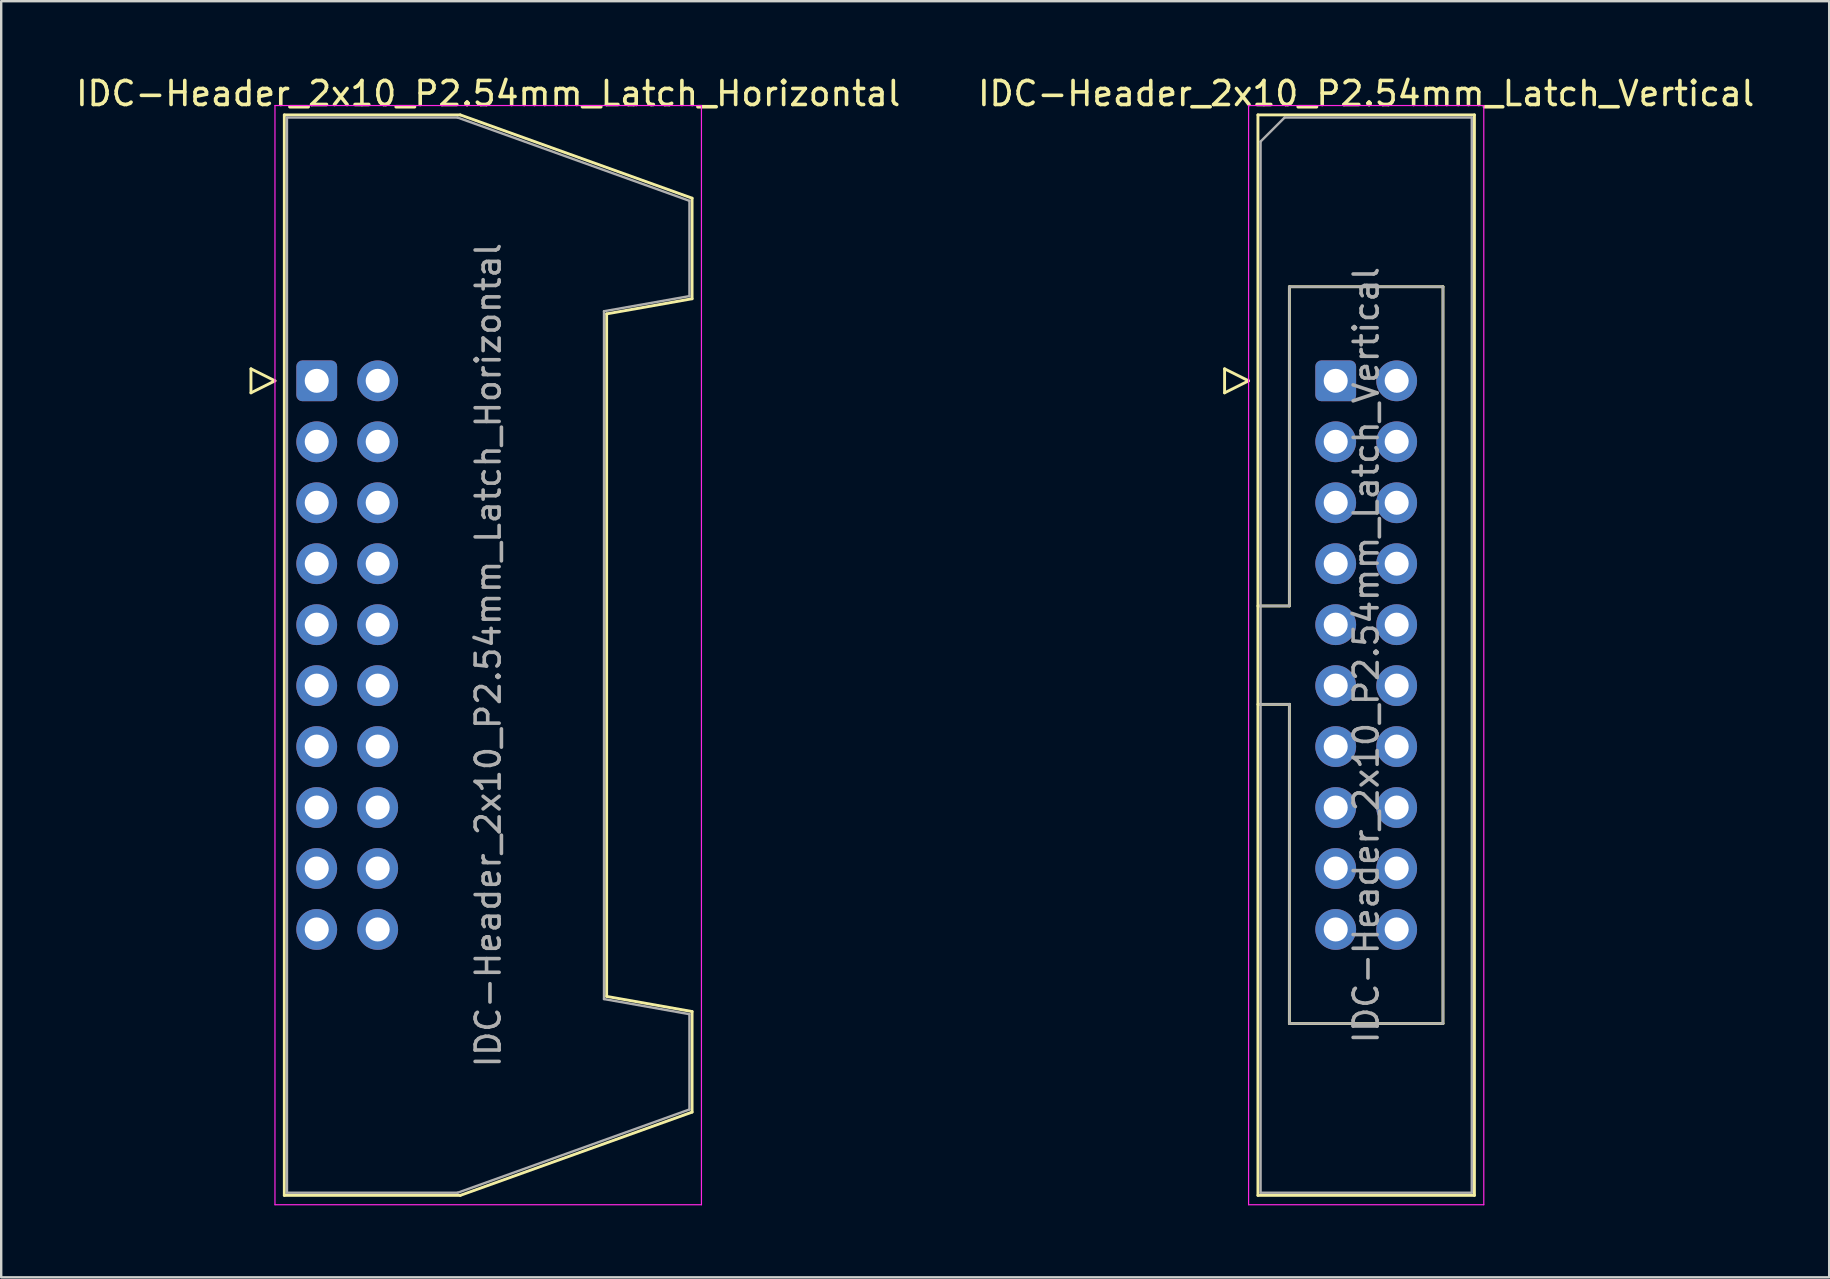
<source format=kicad_pcb>
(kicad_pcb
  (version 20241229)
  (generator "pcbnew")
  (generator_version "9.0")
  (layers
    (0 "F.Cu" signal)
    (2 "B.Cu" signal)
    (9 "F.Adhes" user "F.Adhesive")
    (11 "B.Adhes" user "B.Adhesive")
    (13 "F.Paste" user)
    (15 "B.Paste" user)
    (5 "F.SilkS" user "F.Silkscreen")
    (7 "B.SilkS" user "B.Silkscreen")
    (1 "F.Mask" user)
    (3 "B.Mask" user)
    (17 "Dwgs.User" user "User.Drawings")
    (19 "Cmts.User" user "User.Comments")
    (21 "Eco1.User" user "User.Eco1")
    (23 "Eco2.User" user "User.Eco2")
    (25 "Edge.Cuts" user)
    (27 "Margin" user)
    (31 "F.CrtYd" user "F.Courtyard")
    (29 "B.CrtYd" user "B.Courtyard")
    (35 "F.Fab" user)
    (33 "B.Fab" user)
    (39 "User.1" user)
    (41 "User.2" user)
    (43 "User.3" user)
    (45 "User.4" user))
  (footprint "IDC-Header_2x10_P2.54mm_Latch_Vertical"
    (layer "F.Cu")
    (at 52.605 12.818)
    (property "Reference" "IDC-Header_2x10_P2.54mm_Latch_Vertical" (at 1.27 -11.97 0) (layer "F.SilkS") (effects (font (size 1 1) (thickness 0.15))))
    (attr through_hole)
    (fp_line (start -4.63 -0.5) (end -4.63 0.5) (stroke (width 0.12) (type solid)) (layer "F.SilkS"))
    (fp_line (start -4.63 0.5) (end -3.63 0) (stroke (width 0.12) (type solid)) (layer "F.SilkS"))
    (fp_line (start -3.63 0) (end -4.63 -0.5) (stroke (width 0.12) (type solid)) (layer "F.SilkS"))
    (fp_line (start -3.24 -11.08) (end 5.78 -11.08) (stroke (width 0.12) (type solid)) (layer "F.SilkS"))
    (fp_line (start -3.24 9.38) (end -1.93 9.38) (stroke (width 0.12) (type solid)) (layer "F.SilkS"))
    (fp_line (start -3.24 33.94) (end -3.24 -11.08) (stroke (width 0.12) (type solid)) (layer "F.SilkS"))
    (fp_line (start -1.93 -3.92) (end 4.47 -3.92) (stroke (width 0.12) (type solid)) (layer "F.SilkS"))
    (fp_line (start -1.93 9.38) (end -1.93 -3.92) (stroke (width 0.12) (type solid)) (layer "F.SilkS"))
    (fp_line (start -1.93 13.48) (end -3.24 13.48) (stroke (width 0.12) (type solid)) (layer "F.SilkS"))
    (fp_line (start -1.93 13.48) (end -1.93 13.48) (stroke (width 0.12) (type solid)) (layer "F.SilkS"))
    (fp_line (start -1.93 26.78) (end -1.93 13.48) (stroke (width 0.12) (type solid)) (layer "F.SilkS"))
    (fp_line (start 4.47 -3.92) (end 4.47 26.78) (stroke (width 0.12) (type solid)) (layer "F.SilkS"))
    (fp_line (start 4.47 26.78) (end -1.93 26.78) (stroke (width 0.12) (type solid)) (layer "F.SilkS"))
    (fp_line (start 5.78 -11.08) (end 5.78 33.94) (stroke (width 0.12) (type solid)) (layer "F.SilkS"))
    (fp_line (start 5.78 33.94) (end -3.24 33.94) (stroke (width 0.12) (type solid)) (layer "F.SilkS"))
    (fp_line (start -3.63 -11.47) (end -3.63 34.33) (stroke (width 0.05) (type solid)) (layer "F.CrtYd"))
    (fp_line (start -3.63 34.33) (end 6.17 34.33) (stroke (width 0.05) (type solid)) (layer "F.CrtYd"))
    (fp_line (start 6.17 -11.47) (end -3.63 -11.47) (stroke (width 0.05) (type solid)) (layer "F.CrtYd"))
    (fp_line (start 6.17 34.33) (end 6.17 -11.47) (stroke (width 0.05) (type solid)) (layer "F.CrtYd"))
    (fp_line (start -3.13 -9.97) (end -2.13 -10.97) (stroke (width 0.1) (type solid)) (layer "F.Fab"))
    (fp_line (start -3.13 9.38) (end -1.93 9.38) (stroke (width 0.1) (type solid)) (layer "F.Fab"))
    (fp_line (start -3.13 33.83) (end -3.13 -9.97) (stroke (width 0.1) (type solid)) (layer "F.Fab"))
    (fp_line (start -2.13 -10.97) (end 5.67 -10.97) (stroke (width 0.1) (type solid)) (layer "F.Fab"))
    (fp_line (start -1.93 -3.92) (end 4.47 -3.92) (stroke (width 0.1) (type solid)) (layer "F.Fab"))
    (fp_line (start -1.93 9.38) (end -1.93 -3.92) (stroke (width 0.1) (type solid)) (layer "F.Fab"))
    (fp_line (start -1.93 13.48) (end -3.13 13.48) (stroke (width 0.1) (type solid)) (layer "F.Fab"))
    (fp_line (start -1.93 13.48) (end -1.93 13.48) (stroke (width 0.1) (type solid)) (layer "F.Fab"))
    (fp_line (start -1.93 26.78) (end -1.93 13.48) (stroke (width 0.1) (type solid)) (layer "F.Fab"))
    (fp_line (start 4.47 -3.92) (end 4.47 26.78) (stroke (width 0.1) (type solid)) (layer "F.Fab"))
    (fp_line (start 4.47 26.78) (end -1.93 26.78) (stroke (width 0.1) (type solid)) (layer "F.Fab"))
    (fp_line (start 5.67 -10.97) (end 5.67 33.83) (stroke (width 0.1) (type solid)) (layer "F.Fab"))
    (fp_line (start 5.67 33.83) (end -3.13 33.83) (stroke (width 0.1) (type solid)) (layer "F.Fab"))
    (fp_text user "${REFERENCE}" (at 1.27 11.43 90) (layer "F.Fab") (effects (font (size 1 1) (thickness 0.15))))
    (pad "1" thru_hole roundrect (at 0 0) (size 1.7 1.7) (drill 1) (layers "*.Cu" "*.Mask") (roundrect_rratio 0.147))
    (pad "2" thru_hole circle (at 2.54 0) (size 1.7 1.7) (drill 1) (layers "*.Cu" "*.Mask"))
    (pad "3" thru_hole circle (at 0 2.54) (size 1.7 1.7) (drill 1) (layers "*.Cu" "*.Mask"))
    (pad "4" thru_hole circle (at 2.54 2.54) (size 1.7 1.7) (drill 1) (layers "*.Cu" "*.Mask"))
    (pad "5" thru_hole circle (at 0 5.08) (size 1.7 1.7) (drill 1) (layers "*.Cu" "*.Mask"))
    (pad "6" thru_hole circle (at 2.54 5.08) (size 1.7 1.7) (drill 1) (layers "*.Cu" "*.Mask"))
    (pad "7" thru_hole circle (at 0 7.62) (size 1.7 1.7) (drill 1) (layers "*.Cu" "*.Mask"))
    (pad "8" thru_hole circle (at 2.54 7.62) (size 1.7 1.7) (drill 1) (layers "*.Cu" "*.Mask"))
    (pad "9" thru_hole circle (at 0 10.16) (size 1.7 1.7) (drill 1) (layers "*.Cu" "*.Mask"))
    (pad "10" thru_hole circle (at 2.54 10.16) (size 1.7 1.7) (drill 1) (layers "*.Cu" "*.Mask"))
    (pad "11" thru_hole circle (at 0 12.7) (size 1.7 1.7) (drill 1) (layers "*.Cu" "*.Mask"))
    (pad "12" thru_hole circle (at 2.54 12.7) (size 1.7 1.7) (drill 1) (layers "*.Cu" "*.Mask"))
    (pad "13" thru_hole circle (at 0 15.24) (size 1.7 1.7) (drill 1) (layers "*.Cu" "*.Mask"))
    (pad "14" thru_hole circle (at 2.54 15.24) (size 1.7 1.7) (drill 1) (layers "*.Cu" "*.Mask"))
    (pad "15" thru_hole circle (at 0 17.78) (size 1.7 1.7) (drill 1) (layers "*.Cu" "*.Mask"))
    (pad "16" thru_hole circle (at 2.54 17.78) (size 1.7 1.7) (drill 1) (layers "*.Cu" "*.Mask"))
    (pad "17" thru_hole circle (at 0 20.32) (size 1.7 1.7) (drill 1) (layers "*.Cu" "*.Mask"))
    (pad "18" thru_hole circle (at 2.54 20.32) (size 1.7 1.7) (drill 1) (layers "*.Cu" "*.Mask"))
    (pad "19" thru_hole circle (at 0 22.86) (size 1.7 1.7) (drill 1) (layers "*.Cu" "*.Mask"))
    (pad "20" thru_hole circle (at 2.54 22.86) (size 1.7 1.7) (drill 1) (layers "*.Cu" "*.Mask")))
  (footprint "IDC-Header_2x10_P2.54mm_Latch_Horizontal"
    (layer "F.Cu")
    (at 10.147 12.818)
    (property "Reference" "IDC-Header_2x10_P2.54mm_Latch_Horizontal" (at 7.145 -11.97 0) (layer "F.SilkS") (effects (font (size 1 1) (thickness 0.15))))
    (attr through_hole)
    (fp_line (start -2.74 -0.5) (end -2.74 0.5) (stroke (width 0.12) (type solid)) (layer "F.SilkS"))
    (fp_line (start -2.74 0.5) (end -1.74 0) (stroke (width 0.12) (type solid)) (layer "F.SilkS"))
    (fp_line (start -1.74 0) (end -2.74 -0.5) (stroke (width 0.12) (type solid)) (layer "F.SilkS"))
    (fp_line (start -1.35 -11.08) (end 5.98 -11.08) (stroke (width 0.12) (type solid)) (layer "F.SilkS"))
    (fp_line (start -1.35 33.94) (end -1.35 -11.08) (stroke (width 0.12) (type solid)) (layer "F.SilkS"))
    (fp_line (start 5.98 -11.08) (end 15.64 -7.61) (stroke (width 0.12) (type solid)) (layer "F.SilkS"))
    (fp_line (start 5.98 33.94) (end -1.35 33.94) (stroke (width 0.12) (type solid)) (layer "F.SilkS"))
    (fp_line (start 12.08 -2.79) (end 12.08 25.65) (stroke (width 0.12) (type solid)) (layer "F.SilkS"))
    (fp_line (start 12.08 25.65) (end 15.64 26.28) (stroke (width 0.12) (type solid)) (layer "F.SilkS"))
    (fp_line (start 15.64 -7.61) (end 15.64 -3.42) (stroke (width 0.12) (type solid)) (layer "F.SilkS"))
    (fp_line (start 15.64 -3.42) (end 12.08 -2.79) (stroke (width 0.12) (type solid)) (layer "F.SilkS"))
    (fp_line (start 15.64 26.28) (end 15.64 30.47) (stroke (width 0.12) (type solid)) (layer "F.SilkS"))
    (fp_line (start 15.64 30.47) (end 5.98 33.94) (stroke (width 0.12) (type solid)) (layer "F.SilkS"))
    (fp_line (start -1.74 -11.47) (end -1.74 34.33) (stroke (width 0.05) (type solid)) (layer "F.CrtYd"))
    (fp_line (start -1.74 34.33) (end 16.03 34.33) (stroke (width 0.05) (type solid)) (layer "F.CrtYd"))
    (fp_line (start 16.03 -11.47) (end -1.74 -11.47) (stroke (width 0.05) (type solid)) (layer "F.CrtYd"))
    (fp_line (start 16.03 34.33) (end 16.03 -11.47) (stroke (width 0.05) (type solid)) (layer "F.CrtYd"))
    (fp_line (start -1.24 -10.97) (end 5.87 -10.97) (stroke (width 0.1) (type solid)) (layer "F.Fab"))
    (fp_line (start -1.24 33.83) (end -1.24 -10.97) (stroke (width 0.1) (type solid)) (layer "F.Fab"))
    (fp_line (start 5.87 -10.97) (end 15.53 -7.5) (stroke (width 0.1) (type solid)) (layer "F.Fab"))
    (fp_line (start 5.87 33.83) (end -1.24 33.83) (stroke (width 0.1) (type solid)) (layer "F.Fab"))
    (fp_line (start 11.97 -2.9) (end 11.97 25.76) (stroke (width 0.1) (type solid)) (layer "F.Fab"))
    (fp_line (start 11.97 25.76) (end 15.53 26.39) (stroke (width 0.1) (type solid)) (layer "F.Fab"))
    (fp_line (start 15.53 -7.5) (end 15.53 -3.53) (stroke (width 0.1) (type solid)) (layer "F.Fab"))
    (fp_line (start 15.53 -3.53) (end 11.97 -2.9) (stroke (width 0.1) (type solid)) (layer "F.Fab"))
    (fp_line (start 15.53 26.39) (end 15.53 30.36) (stroke (width 0.1) (type solid)) (layer "F.Fab"))
    (fp_line (start 15.53 30.36) (end 5.87 33.83) (stroke (width 0.1) (type solid)) (layer "F.Fab"))
    (fp_text user "${REFERENCE}" (at 7.145 11.43 90) (layer "F.Fab") (effects (font (size 1 1) (thickness 0.15))))
    (pad "1" thru_hole roundrect (at 0 0) (size 1.7 1.7) (drill 1) (layers "*.Cu" "*.Mask") (roundrect_rratio 0.147))
    (pad "2" thru_hole circle (at 2.54 0) (size 1.7 1.7) (drill 1) (layers "*.Cu" "*.Mask"))
    (pad "3" thru_hole circle (at 0 2.54) (size 1.7 1.7) (drill 1) (layers "*.Cu" "*.Mask"))
    (pad "4" thru_hole circle (at 2.54 2.54) (size 1.7 1.7) (drill 1) (layers "*.Cu" "*.Mask"))
    (pad "5" thru_hole circle (at 0 5.08) (size 1.7 1.7) (drill 1) (layers "*.Cu" "*.Mask"))
    (pad "6" thru_hole circle (at 2.54 5.08) (size 1.7 1.7) (drill 1) (layers "*.Cu" "*.Mask"))
    (pad "7" thru_hole circle (at 0 7.62) (size 1.7 1.7) (drill 1) (layers "*.Cu" "*.Mask"))
    (pad "8" thru_hole circle (at 2.54 7.62) (size 1.7 1.7) (drill 1) (layers "*.Cu" "*.Mask"))
    (pad "9" thru_hole circle (at 0 10.16) (size 1.7 1.7) (drill 1) (layers "*.Cu" "*.Mask"))
    (pad "10" thru_hole circle (at 2.54 10.16) (size 1.7 1.7) (drill 1) (layers "*.Cu" "*.Mask"))
    (pad "11" thru_hole circle (at 0 12.7) (size 1.7 1.7) (drill 1) (layers "*.Cu" "*.Mask"))
    (pad "12" thru_hole circle (at 2.54 12.7) (size 1.7 1.7) (drill 1) (layers "*.Cu" "*.Mask"))
    (pad "13" thru_hole circle (at 0 15.24) (size 1.7 1.7) (drill 1) (layers "*.Cu" "*.Mask"))
    (pad "14" thru_hole circle (at 2.54 15.24) (size 1.7 1.7) (drill 1) (layers "*.Cu" "*.Mask"))
    (pad "15" thru_hole circle (at 0 17.78) (size 1.7 1.7) (drill 1) (layers "*.Cu" "*.Mask"))
    (pad "16" thru_hole circle (at 2.54 17.78) (size 1.7 1.7) (drill 1) (layers "*.Cu" "*.Mask"))
    (pad "17" thru_hole circle (at 0 20.32) (size 1.7 1.7) (drill 1) (layers "*.Cu" "*.Mask"))
    (pad "18" thru_hole circle (at 2.54 20.32) (size 1.7 1.7) (drill 1) (layers "*.Cu" "*.Mask"))
    (pad "19" thru_hole circle (at 0 22.86) (size 1.7 1.7) (drill 1) (layers "*.Cu" "*.Mask"))
    (pad "20" thru_hole circle (at 2.54 22.86) (size 1.7 1.7) (drill 1) (layers "*.Cu" "*.Mask")))
  (gr_rect
    (start -3 -3)
    (end 73.167 50.173)
    (stroke (width 0.1) (type default))
    (fill no)
    (layer "Edge.Cuts")))
</source>
